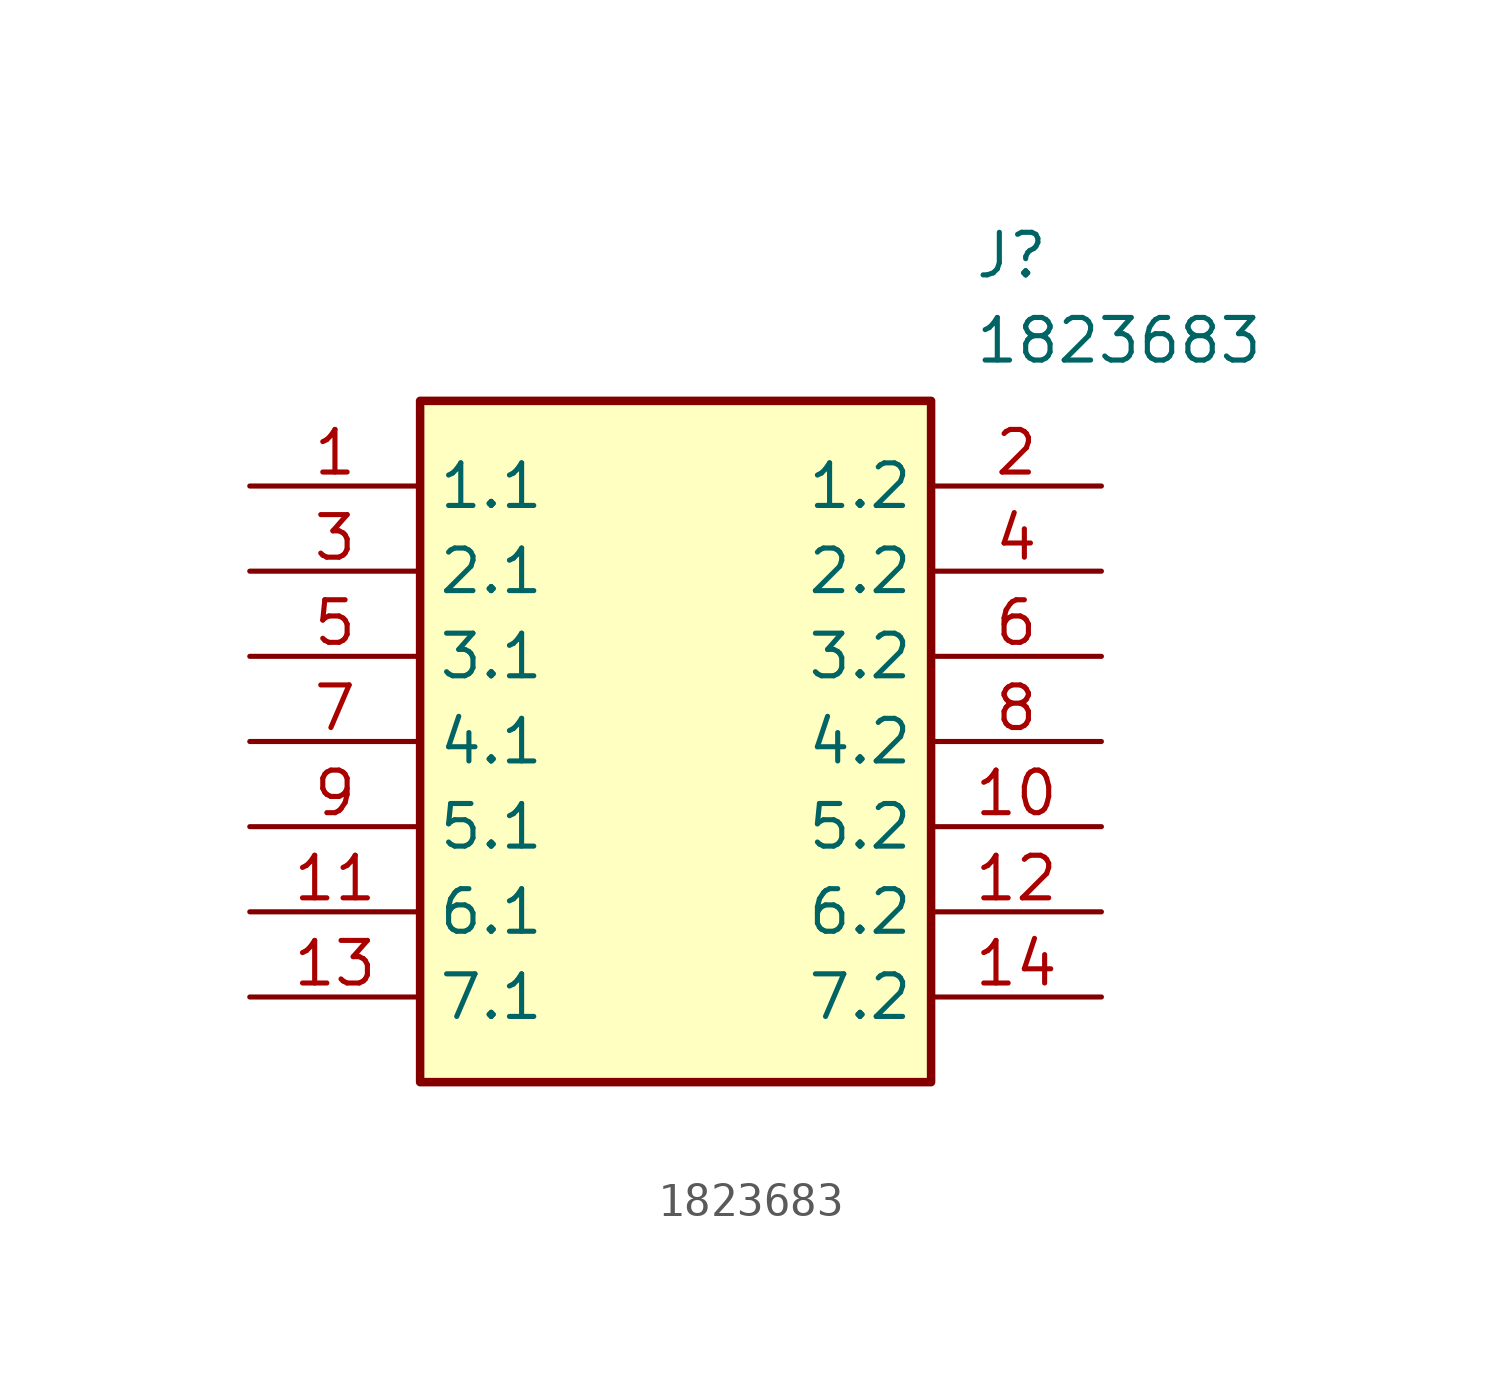
<source format=kicad_sym>
(kicad_symbol_lib
  (version 20211014)
  (generator SamacSys_ECAD_Model)
  (symbol "1823683"
    (property "Reference" "J"
      (at 21.59 7.62 0)
      (effects (font (size 1.27 1.27)) (justify left top)))
    (property "Value" "1823683"
      (at 21.59 5.08 0)
      (effects (font (size 1.27 1.27)) (justify left top)))
    (rectangle
      (start 5.08 2.54)
      (end 20.32 -17.78)
      (stroke (width 0.254) (type default))
      (fill (type background)))
    (pin passive line
      (at 0 0 0)
      (length 5.08)
      (name "1.1" (effects (font (size 1.27 1.27))))
      (number "1" (effects (font (size 1.27 1.27)))))
    (pin passive line
      (at 25.4 0 180)
      (length 5.08)
      (name "1.2" (effects (font (size 1.27 1.27))))
      (number "2" (effects (font (size 1.27 1.27)))))
    (pin passive line
      (at 0 -2.54 0)
      (length 5.08)
      (name "2.1" (effects (font (size 1.27 1.27))))
      (number "3" (effects (font (size 1.27 1.27)))))
    (pin passive line
      (at 25.4 -2.54 180)
      (length 5.08)
      (name "2.2" (effects (font (size 1.27 1.27))))
      (number "4" (effects (font (size 1.27 1.27)))))
    (pin passive line
      (at 0 -5.08 0)
      (length 5.08)
      (name "3.1" (effects (font (size 1.27 1.27))))
      (number "5" (effects (font (size 1.27 1.27)))))
    (pin passive line
      (at 25.4 -5.08 180)
      (length 5.08)
      (name "3.2" (effects (font (size 1.27 1.27))))
      (number "6" (effects (font (size 1.27 1.27)))))
    (pin passive line
      (at 0 -7.62 0)
      (length 5.08)
      (name "4.1" (effects (font (size 1.27 1.27))))
      (number "7" (effects (font (size 1.27 1.27)))))
    (pin passive line
      (at 25.4 -7.62 180)
      (length 5.08)
      (name "4.2" (effects (font (size 1.27 1.27))))
      (number "8" (effects (font (size 1.27 1.27)))))
    (pin passive line
      (at 0 -10.16 0)
      (length 5.08)
      (name "5.1" (effects (font (size 1.27 1.27))))
      (number "9" (effects (font (size 1.27 1.27)))))
    (pin passive line
      (at 25.4 -10.16 180)
      (length 5.08)
      (name "5.2" (effects (font (size 1.27 1.27))))
      (number "10" (effects (font (size 1.27 1.27)))))
    (pin passive line
      (at 0 -12.7 0)
      (length 5.08)
      (name "6.1" (effects (font (size 1.27 1.27))))
      (number "11" (effects (font (size 1.27 1.27)))))
    (pin passive line
      (at 25.4 -12.7 180)
      (length 5.08)
      (name "6.2" (effects (font (size 1.27 1.27))))
      (number "12" (effects (font (size 1.27 1.27)))))
    (pin passive line
      (at 0 -15.24 0)
      (length 5.08)
      (name "7.1" (effects (font (size 1.27 1.27))))
      (number "13" (effects (font (size 1.27 1.27)))))
    (pin passive line
      (at 25.4 -15.24 180)
      (length 5.08)
      (name "7.2" (effects (font (size 1.27 1.27))))
      (number "14" (effects (font (size 1.27 1.27)))))))
</source>
